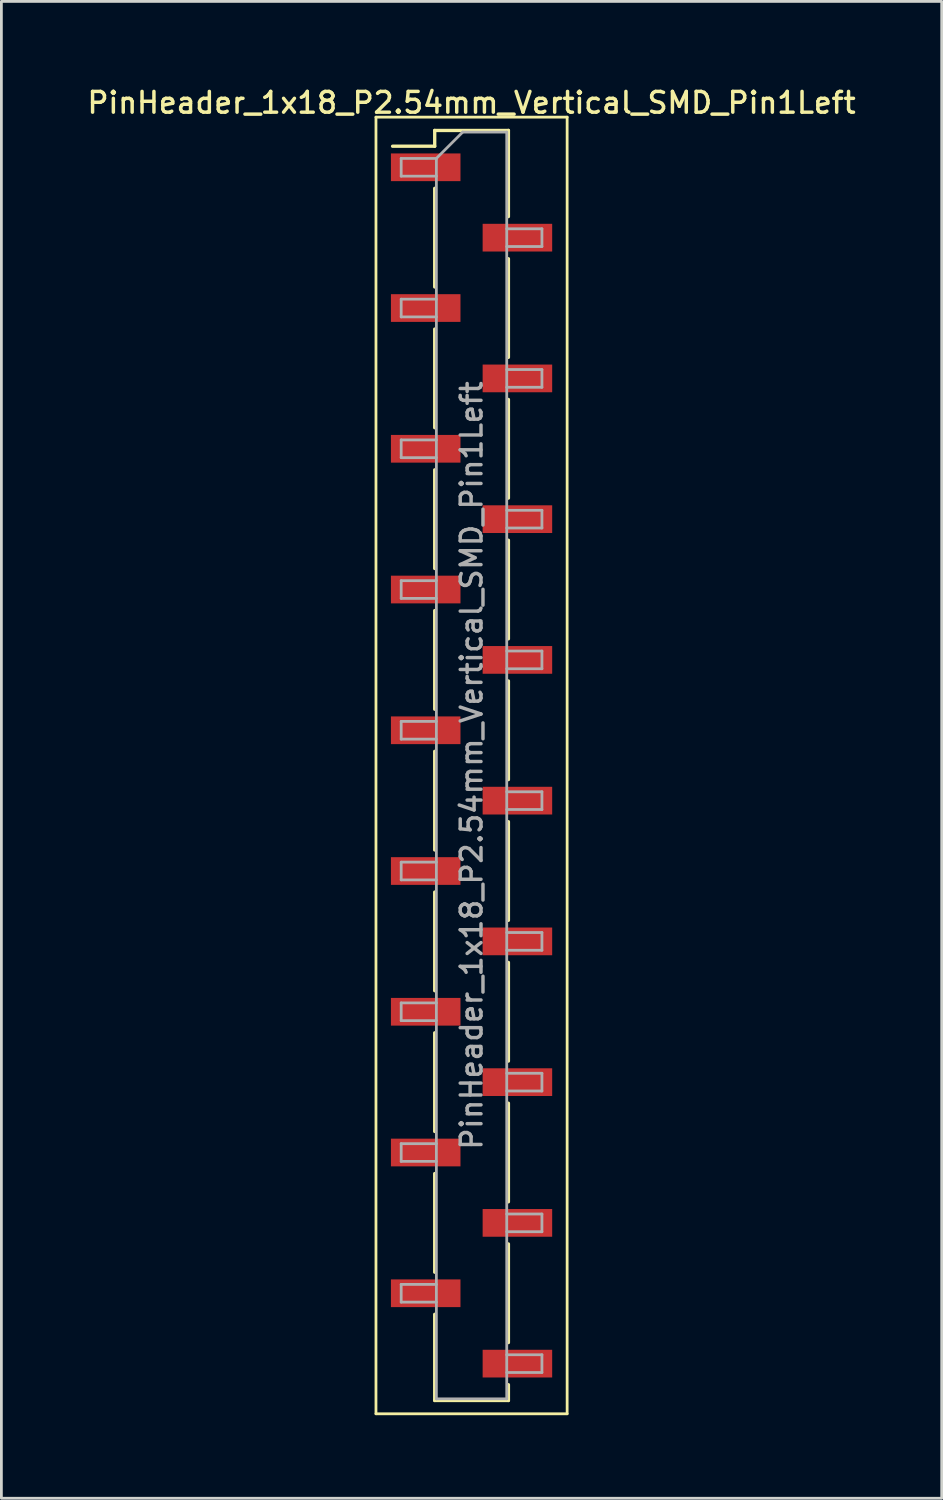
<source format=kicad_pcb>
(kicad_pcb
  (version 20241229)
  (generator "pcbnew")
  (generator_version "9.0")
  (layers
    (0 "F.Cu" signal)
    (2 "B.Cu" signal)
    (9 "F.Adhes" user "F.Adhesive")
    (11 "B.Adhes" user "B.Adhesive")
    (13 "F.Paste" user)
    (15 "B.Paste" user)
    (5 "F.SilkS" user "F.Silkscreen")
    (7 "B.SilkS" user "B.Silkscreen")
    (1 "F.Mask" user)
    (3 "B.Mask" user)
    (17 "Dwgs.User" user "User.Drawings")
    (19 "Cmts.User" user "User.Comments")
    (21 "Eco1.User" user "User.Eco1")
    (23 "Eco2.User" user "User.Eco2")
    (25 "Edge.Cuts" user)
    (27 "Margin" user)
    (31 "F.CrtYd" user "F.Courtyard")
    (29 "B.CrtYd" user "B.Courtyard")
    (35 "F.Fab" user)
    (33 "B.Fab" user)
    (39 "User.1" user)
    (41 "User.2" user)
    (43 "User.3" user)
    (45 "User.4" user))
  (footprint "PinHeader_1x18_P2.54mm_Vertical_SMD_Pin1Left"
    (layer "F.Cu")
    (at 13.97 24.578)
    (property "Reference" "PinHeader_1x18_P2.54mm_Vertical_SMD_Pin1Left" (at 0 -23.92 0) (layer "F.SilkS") (effects (font (size 0.75 0.75) (thickness 0.125))))
    (attr smd)
    (fp_line (start -3.45 -23.4) (end -3.45 23.4) (stroke (width 0.1) (type solid)) (layer "F.SilkS"))
    (fp_line (start -3.45 23.4) (end 3.45 23.4) (stroke (width 0.1) (type solid)) (layer "F.SilkS"))
    (fp_line (start -1.33 -22.92) (end -1.33 -22.35) (stroke (width 0.12) (type solid)) (layer "F.SilkS"))
    (fp_line (start -1.33 -22.92) (end 1.33 -22.92) (stroke (width 0.12) (type solid)) (layer "F.SilkS"))
    (fp_line (start -1.33 -22.35) (end -2.85 -22.35) (stroke (width 0.12) (type solid)) (layer "F.SilkS"))
    (fp_line (start -1.33 -20.83) (end -1.33 -17.27) (stroke (width 0.12) (type solid)) (layer "F.SilkS"))
    (fp_line (start -1.33 -15.75) (end -1.33 -12.19) (stroke (width 0.12) (type solid)) (layer "F.SilkS"))
    (fp_line (start -1.33 -10.67) (end -1.33 -7.11) (stroke (width 0.12) (type solid)) (layer "F.SilkS"))
    (fp_line (start -1.33 -5.59) (end -1.33 -2.03) (stroke (width 0.12) (type solid)) (layer "F.SilkS"))
    (fp_line (start -1.33 -0.51) (end -1.33 3.05) (stroke (width 0.12) (type solid)) (layer "F.SilkS"))
    (fp_line (start -1.33 4.57) (end -1.33 8.13) (stroke (width 0.12) (type solid)) (layer "F.SilkS"))
    (fp_line (start -1.33 9.65) (end -1.33 13.21) (stroke (width 0.12) (type solid)) (layer "F.SilkS"))
    (fp_line (start -1.33 14.73) (end -1.33 18.29) (stroke (width 0.12) (type solid)) (layer "F.SilkS"))
    (fp_line (start -1.33 19.81) (end -1.33 22.92) (stroke (width 0.12) (type solid)) (layer "F.SilkS"))
    (fp_line (start -1.33 22.92) (end 1.33 22.92) (stroke (width 0.12) (type solid)) (layer "F.SilkS"))
    (fp_line (start 1.33 -22.92) (end 1.33 -19.81) (stroke (width 0.12) (type solid)) (layer "F.SilkS"))
    (fp_line (start 1.33 -18.29) (end 1.33 -14.73) (stroke (width 0.12) (type solid)) (layer "F.SilkS"))
    (fp_line (start 1.33 -13.21) (end 1.33 -9.65) (stroke (width 0.12) (type solid)) (layer "F.SilkS"))
    (fp_line (start 1.33 -8.13) (end 1.33 -4.57) (stroke (width 0.12) (type solid)) (layer "F.SilkS"))
    (fp_line (start 1.33 -3.05) (end 1.33 0.51) (stroke (width 0.12) (type solid)) (layer "F.SilkS"))
    (fp_line (start 1.33 2.03) (end 1.33 5.59) (stroke (width 0.12) (type solid)) (layer "F.SilkS"))
    (fp_line (start 1.33 7.11) (end 1.33 10.67) (stroke (width 0.12) (type solid)) (layer "F.SilkS"))
    (fp_line (start 1.33 12.19) (end 1.33 15.75) (stroke (width 0.12) (type solid)) (layer "F.SilkS"))
    (fp_line (start 1.33 17.27) (end 1.33 20.83) (stroke (width 0.12) (type solid)) (layer "F.SilkS"))
    (fp_line (start 1.33 22.35) (end 1.33 22.92) (stroke (width 0.12) (type solid)) (layer "F.SilkS"))
    (fp_line (start 3.45 -23.4) (end -3.45 -23.4) (stroke (width 0.1) (type solid)) (layer "F.SilkS"))
    (fp_line (start 3.45 23.4) (end 3.45 -23.4) (stroke (width 0.1) (type solid)) (layer "F.SilkS"))
    (fp_line (start -2.54 -21.91) (end -2.54 -21.27) (stroke (width 0.1) (type solid)) (layer "F.Fab"))
    (fp_line (start -2.54 -21.27) (end -1.27 -21.27) (stroke (width 0.1) (type solid)) (layer "F.Fab"))
    (fp_line (start -2.54 -16.83) (end -2.54 -16.19) (stroke (width 0.1) (type solid)) (layer "F.Fab"))
    (fp_line (start -2.54 -16.19) (end -1.27 -16.19) (stroke (width 0.1) (type solid)) (layer "F.Fab"))
    (fp_line (start -2.54 -11.75) (end -2.54 -11.11) (stroke (width 0.1) (type solid)) (layer "F.Fab"))
    (fp_line (start -2.54 -11.11) (end -1.27 -11.11) (stroke (width 0.1) (type solid)) (layer "F.Fab"))
    (fp_line (start -2.54 -6.67) (end -2.54 -6.03) (stroke (width 0.1) (type solid)) (layer "F.Fab"))
    (fp_line (start -2.54 -6.03) (end -1.27 -6.03) (stroke (width 0.1) (type solid)) (layer "F.Fab"))
    (fp_line (start -2.54 -1.59) (end -2.54 -0.95) (stroke (width 0.1) (type solid)) (layer "F.Fab"))
    (fp_line (start -2.54 -0.95) (end -1.27 -0.95) (stroke (width 0.1) (type solid)) (layer "F.Fab"))
    (fp_line (start -2.54 3.49) (end -2.54 4.13) (stroke (width 0.1) (type solid)) (layer "F.Fab"))
    (fp_line (start -2.54 4.13) (end -1.27 4.13) (stroke (width 0.1) (type solid)) (layer "F.Fab"))
    (fp_line (start -2.54 8.57) (end -2.54 9.21) (stroke (width 0.1) (type solid)) (layer "F.Fab"))
    (fp_line (start -2.54 9.21) (end -1.27 9.21) (stroke (width 0.1) (type solid)) (layer "F.Fab"))
    (fp_line (start -2.54 13.65) (end -2.54 14.29) (stroke (width 0.1) (type solid)) (layer "F.Fab"))
    (fp_line (start -2.54 14.29) (end -1.27 14.29) (stroke (width 0.1) (type solid)) (layer "F.Fab"))
    (fp_line (start -2.54 18.73) (end -2.54 19.37) (stroke (width 0.1) (type solid)) (layer "F.Fab"))
    (fp_line (start -2.54 19.37) (end -1.27 19.37) (stroke (width 0.1) (type solid)) (layer "F.Fab"))
    (fp_line (start -1.27 -21.91) (end -2.54 -21.91) (stroke (width 0.1) (type solid)) (layer "F.Fab"))
    (fp_line (start -1.27 -21.91) (end -0.32 -22.86) (stroke (width 0.1) (type solid)) (layer "F.Fab"))
    (fp_line (start -1.27 -16.83) (end -2.54 -16.83) (stroke (width 0.1) (type solid)) (layer "F.Fab"))
    (fp_line (start -1.27 -11.75) (end -2.54 -11.75) (stroke (width 0.1) (type solid)) (layer "F.Fab"))
    (fp_line (start -1.27 -6.67) (end -2.54 -6.67) (stroke (width 0.1) (type solid)) (layer "F.Fab"))
    (fp_line (start -1.27 -1.59) (end -2.54 -1.59) (stroke (width 0.1) (type solid)) (layer "F.Fab"))
    (fp_line (start -1.27 3.49) (end -2.54 3.49) (stroke (width 0.1) (type solid)) (layer "F.Fab"))
    (fp_line (start -1.27 8.57) (end -2.54 8.57) (stroke (width 0.1) (type solid)) (layer "F.Fab"))
    (fp_line (start -1.27 13.65) (end -2.54 13.65) (stroke (width 0.1) (type solid)) (layer "F.Fab"))
    (fp_line (start -1.27 18.73) (end -2.54 18.73) (stroke (width 0.1) (type solid)) (layer "F.Fab"))
    (fp_line (start -1.27 22.86) (end -1.27 -21.91) (stroke (width 0.1) (type solid)) (layer "F.Fab"))
    (fp_line (start -0.32 -22.86) (end 1.27 -22.86) (stroke (width 0.1) (type solid)) (layer "F.Fab"))
    (fp_line (start 1.27 -22.86) (end 1.27 22.86) (stroke (width 0.1) (type solid)) (layer "F.Fab"))
    (fp_line (start 1.27 -19.37) (end 2.54 -19.37) (stroke (width 0.1) (type solid)) (layer "F.Fab"))
    (fp_line (start 1.27 -14.29) (end 2.54 -14.29) (stroke (width 0.1) (type solid)) (layer "F.Fab"))
    (fp_line (start 1.27 -9.21) (end 2.54 -9.21) (stroke (width 0.1) (type solid)) (layer "F.Fab"))
    (fp_line (start 1.27 -4.13) (end 2.54 -4.13) (stroke (width 0.1) (type solid)) (layer "F.Fab"))
    (fp_line (start 1.27 0.95) (end 2.54 0.95) (stroke (width 0.1) (type solid)) (layer "F.Fab"))
    (fp_line (start 1.27 6.03) (end 2.54 6.03) (stroke (width 0.1) (type solid)) (layer "F.Fab"))
    (fp_line (start 1.27 11.11) (end 2.54 11.11) (stroke (width 0.1) (type solid)) (layer "F.Fab"))
    (fp_line (start 1.27 16.19) (end 2.54 16.19) (stroke (width 0.1) (type solid)) (layer "F.Fab"))
    (fp_line (start 1.27 21.27) (end 2.54 21.27) (stroke (width 0.1) (type solid)) (layer "F.Fab"))
    (fp_line (start 1.27 22.86) (end -1.27 22.86) (stroke (width 0.1) (type solid)) (layer "F.Fab"))
    (fp_line (start 2.54 -19.37) (end 2.54 -18.73) (stroke (width 0.1) (type solid)) (layer "F.Fab"))
    (fp_line (start 2.54 -18.73) (end 1.27 -18.73) (stroke (width 0.1) (type solid)) (layer "F.Fab"))
    (fp_line (start 2.54 -14.29) (end 2.54 -13.65) (stroke (width 0.1) (type solid)) (layer "F.Fab"))
    (fp_line (start 2.54 -13.65) (end 1.27 -13.65) (stroke (width 0.1) (type solid)) (layer "F.Fab"))
    (fp_line (start 2.54 -9.21) (end 2.54 -8.57) (stroke (width 0.1) (type solid)) (layer "F.Fab"))
    (fp_line (start 2.54 -8.57) (end 1.27 -8.57) (stroke (width 0.1) (type solid)) (layer "F.Fab"))
    (fp_line (start 2.54 -4.13) (end 2.54 -3.49) (stroke (width 0.1) (type solid)) (layer "F.Fab"))
    (fp_line (start 2.54 -3.49) (end 1.27 -3.49) (stroke (width 0.1) (type solid)) (layer "F.Fab"))
    (fp_line (start 2.54 0.95) (end 2.54 1.59) (stroke (width 0.1) (type solid)) (layer "F.Fab"))
    (fp_line (start 2.54 1.59) (end 1.27 1.59) (stroke (width 0.1) (type solid)) (layer "F.Fab"))
    (fp_line (start 2.54 6.03) (end 2.54 6.67) (stroke (width 0.1) (type solid)) (layer "F.Fab"))
    (fp_line (start 2.54 6.67) (end 1.27 6.67) (stroke (width 0.1) (type solid)) (layer "F.Fab"))
    (fp_line (start 2.54 11.11) (end 2.54 11.75) (stroke (width 0.1) (type solid)) (layer "F.Fab"))
    (fp_line (start 2.54 11.75) (end 1.27 11.75) (stroke (width 0.1) (type solid)) (layer "F.Fab"))
    (fp_line (start 2.54 16.19) (end 2.54 16.83) (stroke (width 0.1) (type solid)) (layer "F.Fab"))
    (fp_line (start 2.54 16.83) (end 1.27 16.83) (stroke (width 0.1) (type solid)) (layer "F.Fab"))
    (fp_line (start 2.54 21.27) (end 2.54 21.91) (stroke (width 0.1) (type solid)) (layer "F.Fab"))
    (fp_line (start 2.54 21.91) (end 1.27 21.91) (stroke (width 0.1) (type solid)) (layer "F.Fab"))
    (fp_text user "${REFERENCE}" (at 0 0 90) (layer "F.Fab") (effects (font (size 0.75 0.75) (thickness 0.125))))
    (pad "1" smd rect (at -1.655 -21.59) (size 2.51 1) (layers "F.Cu" "F.Mask" "F.Paste"))
    (pad "2" smd rect (at 1.655 -19.05) (size 2.51 1) (layers "F.Cu" "F.Mask" "F.Paste"))
    (pad "3" smd rect (at -1.655 -16.51) (size 2.51 1) (layers "F.Cu" "F.Mask" "F.Paste"))
    (pad "4" smd rect (at 1.655 -13.97) (size 2.51 1) (layers "F.Cu" "F.Mask" "F.Paste"))
    (pad "5" smd rect (at -1.655 -11.43) (size 2.51 1) (layers "F.Cu" "F.Mask" "F.Paste"))
    (pad "6" smd rect (at 1.655 -8.89) (size 2.51 1) (layers "F.Cu" "F.Mask" "F.Paste"))
    (pad "7" smd rect (at -1.655 -6.35) (size 2.51 1) (layers "F.Cu" "F.Mask" "F.Paste"))
    (pad "8" smd rect (at 1.655 -3.81) (size 2.51 1) (layers "F.Cu" "F.Mask" "F.Paste"))
    (pad "9" smd rect (at -1.655 -1.27) (size 2.51 1) (layers "F.Cu" "F.Mask" "F.Paste"))
    (pad "10" smd rect (at 1.655 1.27) (size 2.51 1) (layers "F.Cu" "F.Mask" "F.Paste"))
    (pad "11" smd rect (at -1.655 3.81) (size 2.51 1) (layers "F.Cu" "F.Mask" "F.Paste"))
    (pad "12" smd rect (at 1.655 6.35) (size 2.51 1) (layers "F.Cu" "F.Mask" "F.Paste"))
    (pad "13" smd rect (at -1.655 8.89) (size 2.51 1) (layers "F.Cu" "F.Mask" "F.Paste"))
    (pad "14" smd rect (at 1.655 11.43) (size 2.51 1) (layers "F.Cu" "F.Mask" "F.Paste"))
    (pad "15" smd rect (at -1.655 13.97) (size 2.51 1) (layers "F.Cu" "F.Mask" "F.Paste"))
    (pad "16" smd rect (at 1.655 16.51) (size 2.51 1) (layers "F.Cu" "F.Mask" "F.Paste"))
    (pad "17" smd rect (at -1.655 19.05) (size 2.51 1) (layers "F.Cu" "F.Mask" "F.Paste"))
    (pad "18" smd rect (at 1.655 21.59) (size 2.51 1) (layers "F.Cu" "F.Mask" "F.Paste")))
  (gr_rect
    (start -3 -3)
    (end 30.939 51.028)
    (stroke (width 0.1) (type default))
    (fill no)
    (layer "Edge.Cuts")))
</source>
